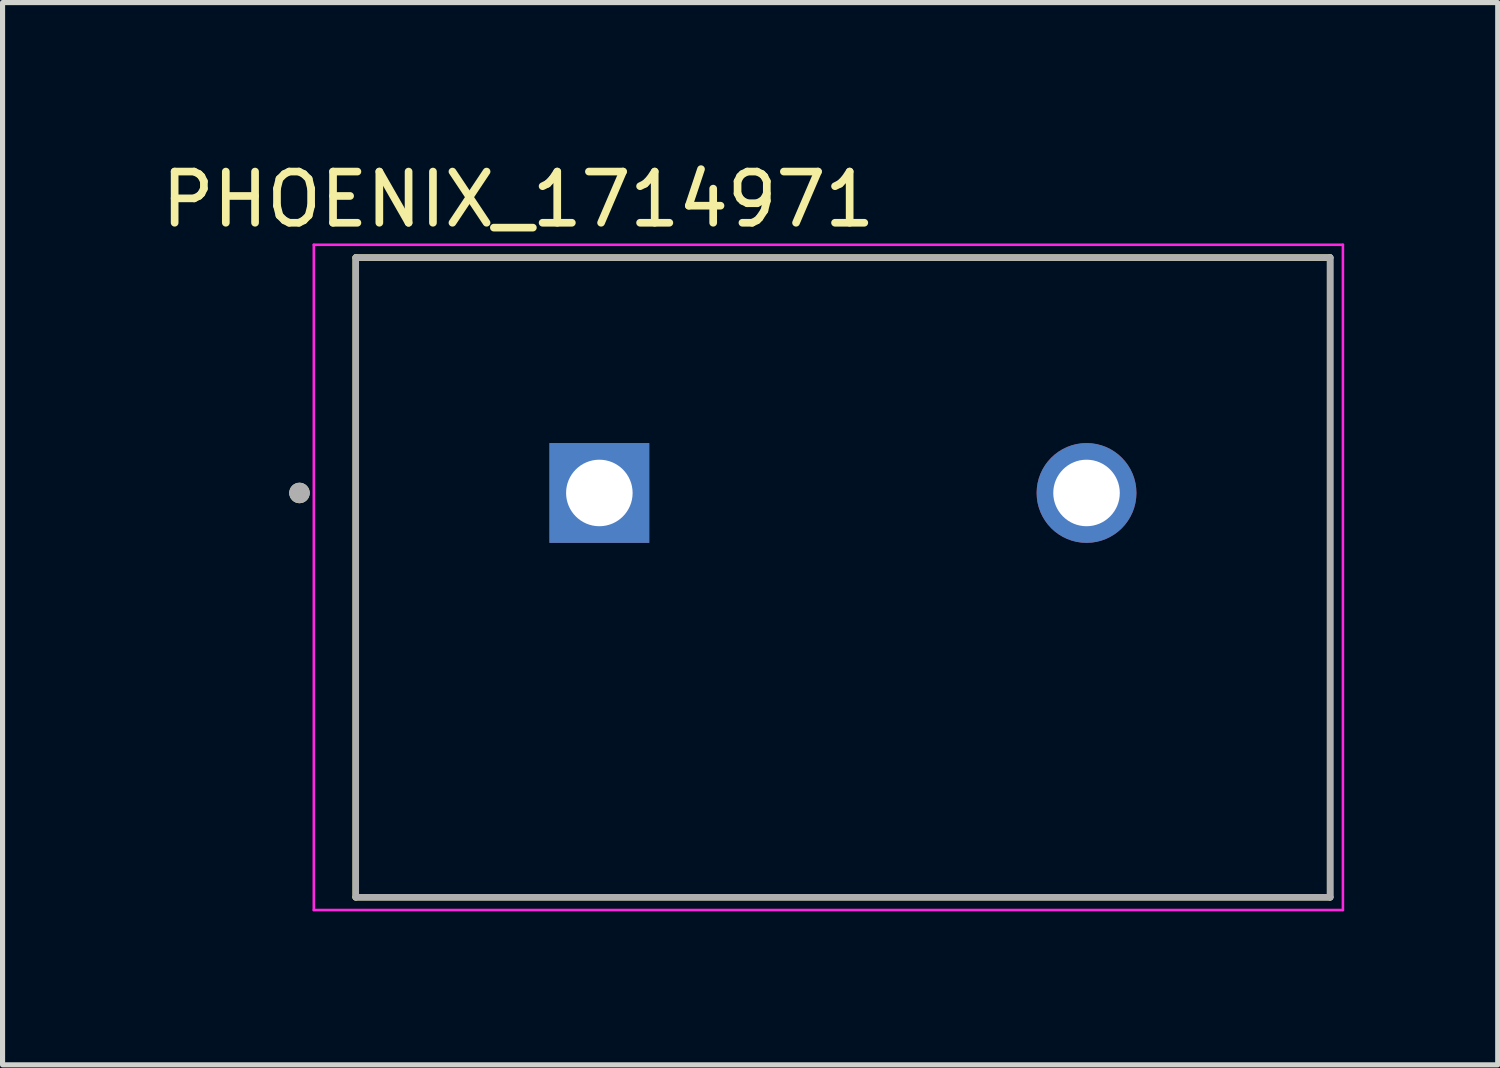
<source format=kicad_pcb>
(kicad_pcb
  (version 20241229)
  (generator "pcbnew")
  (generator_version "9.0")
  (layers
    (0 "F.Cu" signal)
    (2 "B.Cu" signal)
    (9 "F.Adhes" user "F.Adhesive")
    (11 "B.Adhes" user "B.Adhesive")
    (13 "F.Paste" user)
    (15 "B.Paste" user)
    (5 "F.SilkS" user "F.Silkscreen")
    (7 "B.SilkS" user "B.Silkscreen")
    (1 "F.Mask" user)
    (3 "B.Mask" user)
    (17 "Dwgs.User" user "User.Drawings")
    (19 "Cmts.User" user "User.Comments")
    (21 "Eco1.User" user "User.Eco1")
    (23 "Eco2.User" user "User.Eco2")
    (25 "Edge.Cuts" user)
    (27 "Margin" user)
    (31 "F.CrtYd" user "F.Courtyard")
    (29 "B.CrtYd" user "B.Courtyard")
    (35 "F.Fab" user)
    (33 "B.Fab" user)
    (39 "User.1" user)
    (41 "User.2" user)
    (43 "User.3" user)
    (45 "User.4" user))
  (footprint "PHOENIX_1714971"
    (layer "F.Cu")
    (at 3.902 14.483)
    (property "Reference" "PHOENIX_1714971" (at 3.175 -13.635 0) (layer "F.SilkS") (effects (font (size 1 1) (thickness 0.15))))
    (attr through_hole)
    (fp_line (start 0 -12.5) (end 0 0) (stroke (width 0.127) (type solid)) (layer "F.SilkS"))
    (fp_line (start 0 0) (end 19.04 0) (stroke (width 0.127) (type solid)) (layer "F.SilkS"))
    (fp_line (start 19.04 -12.5) (end 0 -12.5) (stroke (width 0.127) (type solid)) (layer "F.SilkS"))
    (fp_line (start 19.04 0) (end 19.04 -12.5) (stroke (width 0.127) (type solid)) (layer "F.SilkS"))
    (fp_circle (center -1.1 -7.9) (end -1 -7.9) (stroke (width 0.2) (type solid)) (fill no) (layer "F.SilkS"))
    (fp_line (start -0.82 -12.75) (end -0.82 0.25) (stroke (width 0.05) (type solid)) (layer "F.CrtYd"))
    (fp_line (start -0.82 0.25) (end 19.29 0.25) (stroke (width 0.05) (type solid)) (layer "F.CrtYd"))
    (fp_line (start 19.29 -12.75) (end -0.82 -12.75) (stroke (width 0.05) (type solid)) (layer "F.CrtYd"))
    (fp_line (start 19.29 0.25) (end 19.29 -12.75) (stroke (width 0.05) (type solid)) (layer "F.CrtYd"))
    (fp_line (start 0 -12.5) (end 0 0) (stroke (width 0.127) (type solid)) (layer "F.Fab"))
    (fp_line (start 0 0) (end 19.04 0) (stroke (width 0.127) (type solid)) (layer "F.Fab"))
    (fp_line (start 19.04 -12.5) (end 0 -12.5) (stroke (width 0.127) (type solid)) (layer "F.Fab"))
    (fp_line (start 19.04 0) (end 19.04 -12.5) (stroke (width 0.127) (type solid)) (layer "F.Fab"))
    (fp_circle (center -1.1 -7.9) (end -1 -7.9) (stroke (width 0.2) (type solid)) (fill no) (layer "F.Fab"))
    (pad "1" thru_hole rect (at 4.76 -7.9) (size 1.95 1.95) (drill 1.3) (layers "*.Cu" "*.Mask"))
    (pad "2" thru_hole circle (at 14.28 -7.9) (size 1.95 1.95) (drill 1.3) (layers "*.Cu" "*.Mask")))
  (gr_rect
    (start -3 -3)
    (end 26.217 17.758)
    (stroke (width 0.1) (type default))
    (fill no)
    (layer "Edge.Cuts")))
</source>
